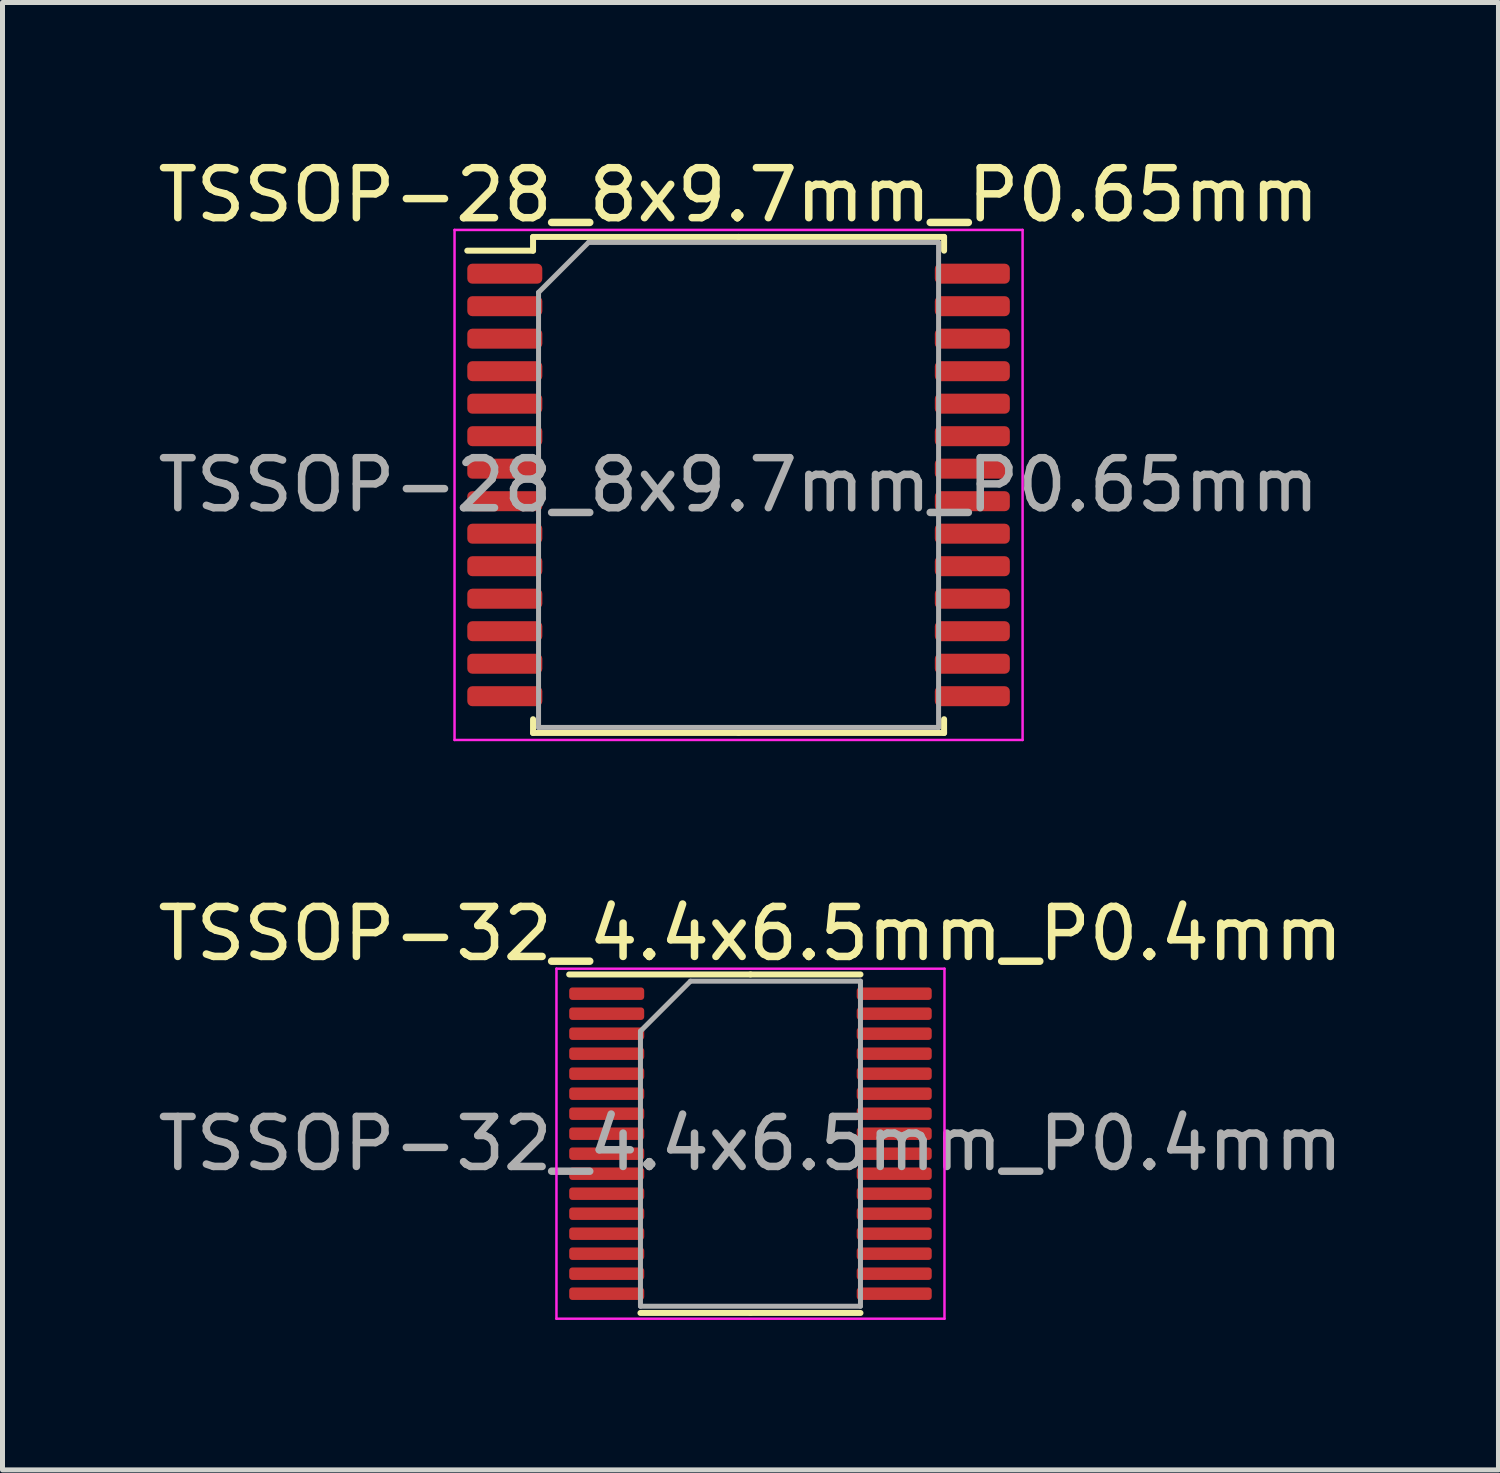
<source format=kicad_pcb>
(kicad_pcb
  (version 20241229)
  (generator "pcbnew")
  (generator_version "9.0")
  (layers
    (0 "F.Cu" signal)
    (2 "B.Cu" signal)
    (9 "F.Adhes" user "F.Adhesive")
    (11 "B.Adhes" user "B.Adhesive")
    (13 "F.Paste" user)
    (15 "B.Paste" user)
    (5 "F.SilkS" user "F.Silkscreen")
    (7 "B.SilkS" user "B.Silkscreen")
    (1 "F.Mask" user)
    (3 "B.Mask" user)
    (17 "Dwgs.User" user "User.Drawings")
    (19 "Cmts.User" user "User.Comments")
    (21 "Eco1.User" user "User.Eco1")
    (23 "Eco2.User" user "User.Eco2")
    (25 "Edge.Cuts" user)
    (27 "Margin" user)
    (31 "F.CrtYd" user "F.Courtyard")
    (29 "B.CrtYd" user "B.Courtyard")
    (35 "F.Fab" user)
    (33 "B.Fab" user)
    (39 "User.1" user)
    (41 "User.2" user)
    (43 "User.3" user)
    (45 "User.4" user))
  (footprint "TSSOP-32_4.4x6.5mm_P0.4mm"
    (layer "F.Cu")
    (at 11.958 19.822)
    (property "Reference" "TSSOP-32_4.4x6.5mm_P0.4mm" (at 0 -4.2 0) (layer "F.SilkS") (effects (font (size 1 1) (thickness 0.15))))
    (attr smd)
    (fp_line (start 0 -3.385) (end -3.625 -3.385) (stroke (width 0.12) (type solid)) (layer "F.SilkS"))
    (fp_line (start 0 -3.385) (end 2.2 -3.385) (stroke (width 0.12) (type solid)) (layer "F.SilkS"))
    (fp_line (start 0 3.385) (end -2.2 3.385) (stroke (width 0.12) (type solid)) (layer "F.SilkS"))
    (fp_line (start 0 3.385) (end 2.2 3.385) (stroke (width 0.12) (type solid)) (layer "F.SilkS"))
    (fp_line (start -3.88 -3.5) (end -3.88 3.5) (stroke (width 0.05) (type solid)) (layer "F.CrtYd"))
    (fp_line (start -3.88 3.5) (end 3.88 3.5) (stroke (width 0.05) (type solid)) (layer "F.CrtYd"))
    (fp_line (start 3.88 -3.5) (end -3.88 -3.5) (stroke (width 0.05) (type solid)) (layer "F.CrtYd"))
    (fp_line (start 3.88 3.5) (end 3.88 -3.5) (stroke (width 0.05) (type solid)) (layer "F.CrtYd"))
    (fp_line (start -2.2 -2.25) (end -1.2 -3.25) (stroke (width 0.1) (type solid)) (layer "F.Fab"))
    (fp_line (start -2.2 3.25) (end -2.2 -2.25) (stroke (width 0.1) (type solid)) (layer "F.Fab"))
    (fp_line (start -1.2 -3.25) (end 2.2 -3.25) (stroke (width 0.1) (type solid)) (layer "F.Fab"))
    (fp_line (start 2.2 -3.25) (end 2.2 3.25) (stroke (width 0.1) (type solid)) (layer "F.Fab"))
    (fp_line (start 2.2 3.25) (end -2.2 3.25) (stroke (width 0.1) (type solid)) (layer "F.Fab"))
    (fp_text user "${REFERENCE}" (at 0 0 0) (layer "F.Fab") (effects (font (size 1 1) (thickness 0.15))))
    (pad "1" smd roundrect (at -2.875 -3) (size 1.5 0.25) (layers "F.Cu" "F.Mask" "F.Paste") (roundrect_rratio 0.25))
    (pad "2" smd roundrect (at -2.875 -2.6) (size 1.5 0.25) (layers "F.Cu" "F.Mask" "F.Paste") (roundrect_rratio 0.25))
    (pad "3" smd roundrect (at -2.875 -2.2) (size 1.5 0.25) (layers "F.Cu" "F.Mask" "F.Paste") (roundrect_rratio 0.25))
    (pad "4" smd roundrect (at -2.875 -1.8) (size 1.5 0.25) (layers "F.Cu" "F.Mask" "F.Paste") (roundrect_rratio 0.25))
    (pad "5" smd roundrect (at -2.875 -1.4) (size 1.5 0.25) (layers "F.Cu" "F.Mask" "F.Paste") (roundrect_rratio 0.25))
    (pad "6" smd roundrect (at -2.875 -1) (size 1.5 0.25) (layers "F.Cu" "F.Mask" "F.Paste") (roundrect_rratio 0.25))
    (pad "7" smd roundrect (at -2.875 -0.6) (size 1.5 0.25) (layers "F.Cu" "F.Mask" "F.Paste") (roundrect_rratio 0.25))
    (pad "8" smd roundrect (at -2.875 -0.2) (size 1.5 0.25) (layers "F.Cu" "F.Mask" "F.Paste") (roundrect_rratio 0.25))
    (pad "9" smd roundrect (at -2.875 0.2) (size 1.5 0.25) (layers "F.Cu" "F.Mask" "F.Paste") (roundrect_rratio 0.25))
    (pad "10" smd roundrect (at -2.875 0.6) (size 1.5 0.25) (layers "F.Cu" "F.Mask" "F.Paste") (roundrect_rratio 0.25))
    (pad "11" smd roundrect (at -2.875 1) (size 1.5 0.25) (layers "F.Cu" "F.Mask" "F.Paste") (roundrect_rratio 0.25))
    (pad "12" smd roundrect (at -2.875 1.4) (size 1.5 0.25) (layers "F.Cu" "F.Mask" "F.Paste") (roundrect_rratio 0.25))
    (pad "13" smd roundrect (at -2.875 1.8) (size 1.5 0.25) (layers "F.Cu" "F.Mask" "F.Paste") (roundrect_rratio 0.25))
    (pad "14" smd roundrect (at -2.875 2.2) (size 1.5 0.25) (layers "F.Cu" "F.Mask" "F.Paste") (roundrect_rratio 0.25))
    (pad "15" smd roundrect (at -2.875 2.6) (size 1.5 0.25) (layers "F.Cu" "F.Mask" "F.Paste") (roundrect_rratio 0.25))
    (pad "16" smd roundrect (at -2.875 3) (size 1.5 0.25) (layers "F.Cu" "F.Mask" "F.Paste") (roundrect_rratio 0.25))
    (pad "17" smd roundrect (at 2.875 3) (size 1.5 0.25) (layers "F.Cu" "F.Mask" "F.Paste") (roundrect_rratio 0.25))
    (pad "18" smd roundrect (at 2.875 2.6) (size 1.5 0.25) (layers "F.Cu" "F.Mask" "F.Paste") (roundrect_rratio 0.25))
    (pad "19" smd roundrect (at 2.875 2.2) (size 1.5 0.25) (layers "F.Cu" "F.Mask" "F.Paste") (roundrect_rratio 0.25))
    (pad "20" smd roundrect (at 2.875 1.8) (size 1.5 0.25) (layers "F.Cu" "F.Mask" "F.Paste") (roundrect_rratio 0.25))
    (pad "21" smd roundrect (at 2.875 1.4) (size 1.5 0.25) (layers "F.Cu" "F.Mask" "F.Paste") (roundrect_rratio 0.25))
    (pad "22" smd roundrect (at 2.875 1) (size 1.5 0.25) (layers "F.Cu" "F.Mask" "F.Paste") (roundrect_rratio 0.25))
    (pad "23" smd roundrect (at 2.875 0.6) (size 1.5 0.25) (layers "F.Cu" "F.Mask" "F.Paste") (roundrect_rratio 0.25))
    (pad "24" smd roundrect (at 2.875 0.2) (size 1.5 0.25) (layers "F.Cu" "F.Mask" "F.Paste") (roundrect_rratio 0.25))
    (pad "25" smd roundrect (at 2.875 -0.2) (size 1.5 0.25) (layers "F.Cu" "F.Mask" "F.Paste") (roundrect_rratio 0.25))
    (pad "26" smd roundrect (at 2.875 -0.6) (size 1.5 0.25) (layers "F.Cu" "F.Mask" "F.Paste") (roundrect_rratio 0.25))
    (pad "27" smd roundrect (at 2.875 -1) (size 1.5 0.25) (layers "F.Cu" "F.Mask" "F.Paste") (roundrect_rratio 0.25))
    (pad "28" smd roundrect (at 2.875 -1.4) (size 1.5 0.25) (layers "F.Cu" "F.Mask" "F.Paste") (roundrect_rratio 0.25))
    (pad "29" smd roundrect (at 2.875 -1.8) (size 1.5 0.25) (layers "F.Cu" "F.Mask" "F.Paste") (roundrect_rratio 0.25))
    (pad "30" smd roundrect (at 2.875 -2.2) (size 1.5 0.25) (layers "F.Cu" "F.Mask" "F.Paste") (roundrect_rratio 0.25))
    (pad "31" smd roundrect (at 2.875 -2.6) (size 1.5 0.25) (layers "F.Cu" "F.Mask" "F.Paste") (roundrect_rratio 0.25))
    (pad "32" smd roundrect (at 2.875 -3) (size 1.5 0.25) (layers "F.Cu" "F.Mask" "F.Paste") (roundrect_rratio 0.25)))
  (footprint "TSSOP-28_8x9.7mm_P0.65mm"
    (layer "F.Cu")
    (at 11.72 6.648)
    (property "Reference" "TSSOP-28_8x9.7mm_P0.65mm" (at 0 -5.8 0) (layer "F.SilkS") (effects (font (size 1 1) (thickness 0.15))))
    (attr smd)
    (fp_line (start -4.11 -4.96) (end -4.11 -4.685) (stroke (width 0.12) (type solid)) (layer "F.SilkS"))
    (fp_line (start -4.11 -4.685) (end -5.425 -4.685) (stroke (width 0.12) (type solid)) (layer "F.SilkS"))
    (fp_line (start -4.11 4.96) (end -4.11 4.685) (stroke (width 0.12) (type solid)) (layer "F.SilkS"))
    (fp_line (start 0 -4.96) (end -4.11 -4.96) (stroke (width 0.12) (type solid)) (layer "F.SilkS"))
    (fp_line (start 0 -4.96) (end 4.11 -4.96) (stroke (width 0.12) (type solid)) (layer "F.SilkS"))
    (fp_line (start 0 4.96) (end -4.11 4.96) (stroke (width 0.12) (type solid)) (layer "F.SilkS"))
    (fp_line (start 0 4.96) (end 4.11 4.96) (stroke (width 0.12) (type solid)) (layer "F.SilkS"))
    (fp_line (start 4.11 -4.96) (end 4.11 -4.685) (stroke (width 0.12) (type solid)) (layer "F.SilkS"))
    (fp_line (start 4.11 4.96) (end 4.11 4.685) (stroke (width 0.12) (type solid)) (layer "F.SilkS"))
    (fp_line (start -5.68 -5.1) (end -5.68 5.1) (stroke (width 0.05) (type solid)) (layer "F.CrtYd"))
    (fp_line (start -5.68 5.1) (end 5.68 5.1) (stroke (width 0.05) (type solid)) (layer "F.CrtYd"))
    (fp_line (start 5.68 -5.1) (end -5.68 -5.1) (stroke (width 0.05) (type solid)) (layer "F.CrtYd"))
    (fp_line (start 5.68 5.1) (end 5.68 -5.1) (stroke (width 0.05) (type solid)) (layer "F.CrtYd"))
    (fp_line (start -4 -3.85) (end -3 -4.85) (stroke (width 0.1) (type solid)) (layer "F.Fab"))
    (fp_line (start -4 4.85) (end -4 -3.85) (stroke (width 0.1) (type solid)) (layer "F.Fab"))
    (fp_line (start -3 -4.85) (end 4 -4.85) (stroke (width 0.1) (type solid)) (layer "F.Fab"))
    (fp_line (start 4 -4.85) (end 4 4.85) (stroke (width 0.1) (type solid)) (layer "F.Fab"))
    (fp_line (start 4 4.85) (end -4 4.85) (stroke (width 0.1) (type solid)) (layer "F.Fab"))
    (fp_text user "${REFERENCE}" (at 0 0 0) (layer "F.Fab") (effects (font (size 1 1) (thickness 0.15))))
    (pad "1" smd roundrect (at -4.675 -4.225) (size 1.5 0.4) (layers "F.Cu" "F.Mask" "F.Paste") (roundrect_rratio 0.25))
    (pad "2" smd roundrect (at -4.675 -3.575) (size 1.5 0.4) (layers "F.Cu" "F.Mask" "F.Paste") (roundrect_rratio 0.25))
    (pad "3" smd roundrect (at -4.675 -2.925) (size 1.5 0.4) (layers "F.Cu" "F.Mask" "F.Paste") (roundrect_rratio 0.25))
    (pad "4" smd roundrect (at -4.675 -2.275) (size 1.5 0.4) (layers "F.Cu" "F.Mask" "F.Paste") (roundrect_rratio 0.25))
    (pad "5" smd roundrect (at -4.675 -1.625) (size 1.5 0.4) (layers "F.Cu" "F.Mask" "F.Paste") (roundrect_rratio 0.25))
    (pad "6" smd roundrect (at -4.675 -0.975) (size 1.5 0.4) (layers "F.Cu" "F.Mask" "F.Paste") (roundrect_rratio 0.25))
    (pad "7" smd roundrect (at -4.675 -0.325) (size 1.5 0.4) (layers "F.Cu" "F.Mask" "F.Paste") (roundrect_rratio 0.25))
    (pad "8" smd roundrect (at -4.675 0.325) (size 1.5 0.4) (layers "F.Cu" "F.Mask" "F.Paste") (roundrect_rratio 0.25))
    (pad "9" smd roundrect (at -4.675 0.975) (size 1.5 0.4) (layers "F.Cu" "F.Mask" "F.Paste") (roundrect_rratio 0.25))
    (pad "10" smd roundrect (at -4.675 1.625) (size 1.5 0.4) (layers "F.Cu" "F.Mask" "F.Paste") (roundrect_rratio 0.25))
    (pad "11" smd roundrect (at -4.675 2.275) (size 1.5 0.4) (layers "F.Cu" "F.Mask" "F.Paste") (roundrect_rratio 0.25))
    (pad "12" smd roundrect (at -4.675 2.925) (size 1.5 0.4) (layers "F.Cu" "F.Mask" "F.Paste") (roundrect_rratio 0.25))
    (pad "13" smd roundrect (at -4.675 3.575) (size 1.5 0.4) (layers "F.Cu" "F.Mask" "F.Paste") (roundrect_rratio 0.25))
    (pad "14" smd roundrect (at -4.675 4.225) (size 1.5 0.4) (layers "F.Cu" "F.Mask" "F.Paste") (roundrect_rratio 0.25))
    (pad "15" smd roundrect (at 4.675 4.225) (size 1.5 0.4) (layers "F.Cu" "F.Mask" "F.Paste") (roundrect_rratio 0.25))
    (pad "16" smd roundrect (at 4.675 3.575) (size 1.5 0.4) (layers "F.Cu" "F.Mask" "F.Paste") (roundrect_rratio 0.25))
    (pad "17" smd roundrect (at 4.675 2.925) (size 1.5 0.4) (layers "F.Cu" "F.Mask" "F.Paste") (roundrect_rratio 0.25))
    (pad "18" smd roundrect (at 4.675 2.275) (size 1.5 0.4) (layers "F.Cu" "F.Mask" "F.Paste") (roundrect_rratio 0.25))
    (pad "19" smd roundrect (at 4.675 1.625) (size 1.5 0.4) (layers "F.Cu" "F.Mask" "F.Paste") (roundrect_rratio 0.25))
    (pad "20" smd roundrect (at 4.675 0.975) (size 1.5 0.4) (layers "F.Cu" "F.Mask" "F.Paste") (roundrect_rratio 0.25))
    (pad "21" smd roundrect (at 4.675 0.325) (size 1.5 0.4) (layers "F.Cu" "F.Mask" "F.Paste") (roundrect_rratio 0.25))
    (pad "22" smd roundrect (at 4.675 -0.325) (size 1.5 0.4) (layers "F.Cu" "F.Mask" "F.Paste") (roundrect_rratio 0.25))
    (pad "23" smd roundrect (at 4.675 -0.975) (size 1.5 0.4) (layers "F.Cu" "F.Mask" "F.Paste") (roundrect_rratio 0.25))
    (pad "24" smd roundrect (at 4.675 -1.625) (size 1.5 0.4) (layers "F.Cu" "F.Mask" "F.Paste") (roundrect_rratio 0.25))
    (pad "25" smd roundrect (at 4.675 -2.275) (size 1.5 0.4) (layers "F.Cu" "F.Mask" "F.Paste") (roundrect_rratio 0.25))
    (pad "26" smd roundrect (at 4.675 -2.925) (size 1.5 0.4) (layers "F.Cu" "F.Mask" "F.Paste") (roundrect_rratio 0.25))
    (pad "27" smd roundrect (at 4.675 -3.575) (size 1.5 0.4) (layers "F.Cu" "F.Mask" "F.Paste") (roundrect_rratio 0.25))
    (pad "28" smd roundrect (at 4.675 -4.225) (size 1.5 0.4) (layers "F.Cu" "F.Mask" "F.Paste") (roundrect_rratio 0.25)))
  (gr_rect
    (start -3 -3)
    (end 26.917 26.346)
    (stroke (width 0.1) (type default))
    (fill no)
    (layer "Edge.Cuts")))
</source>
